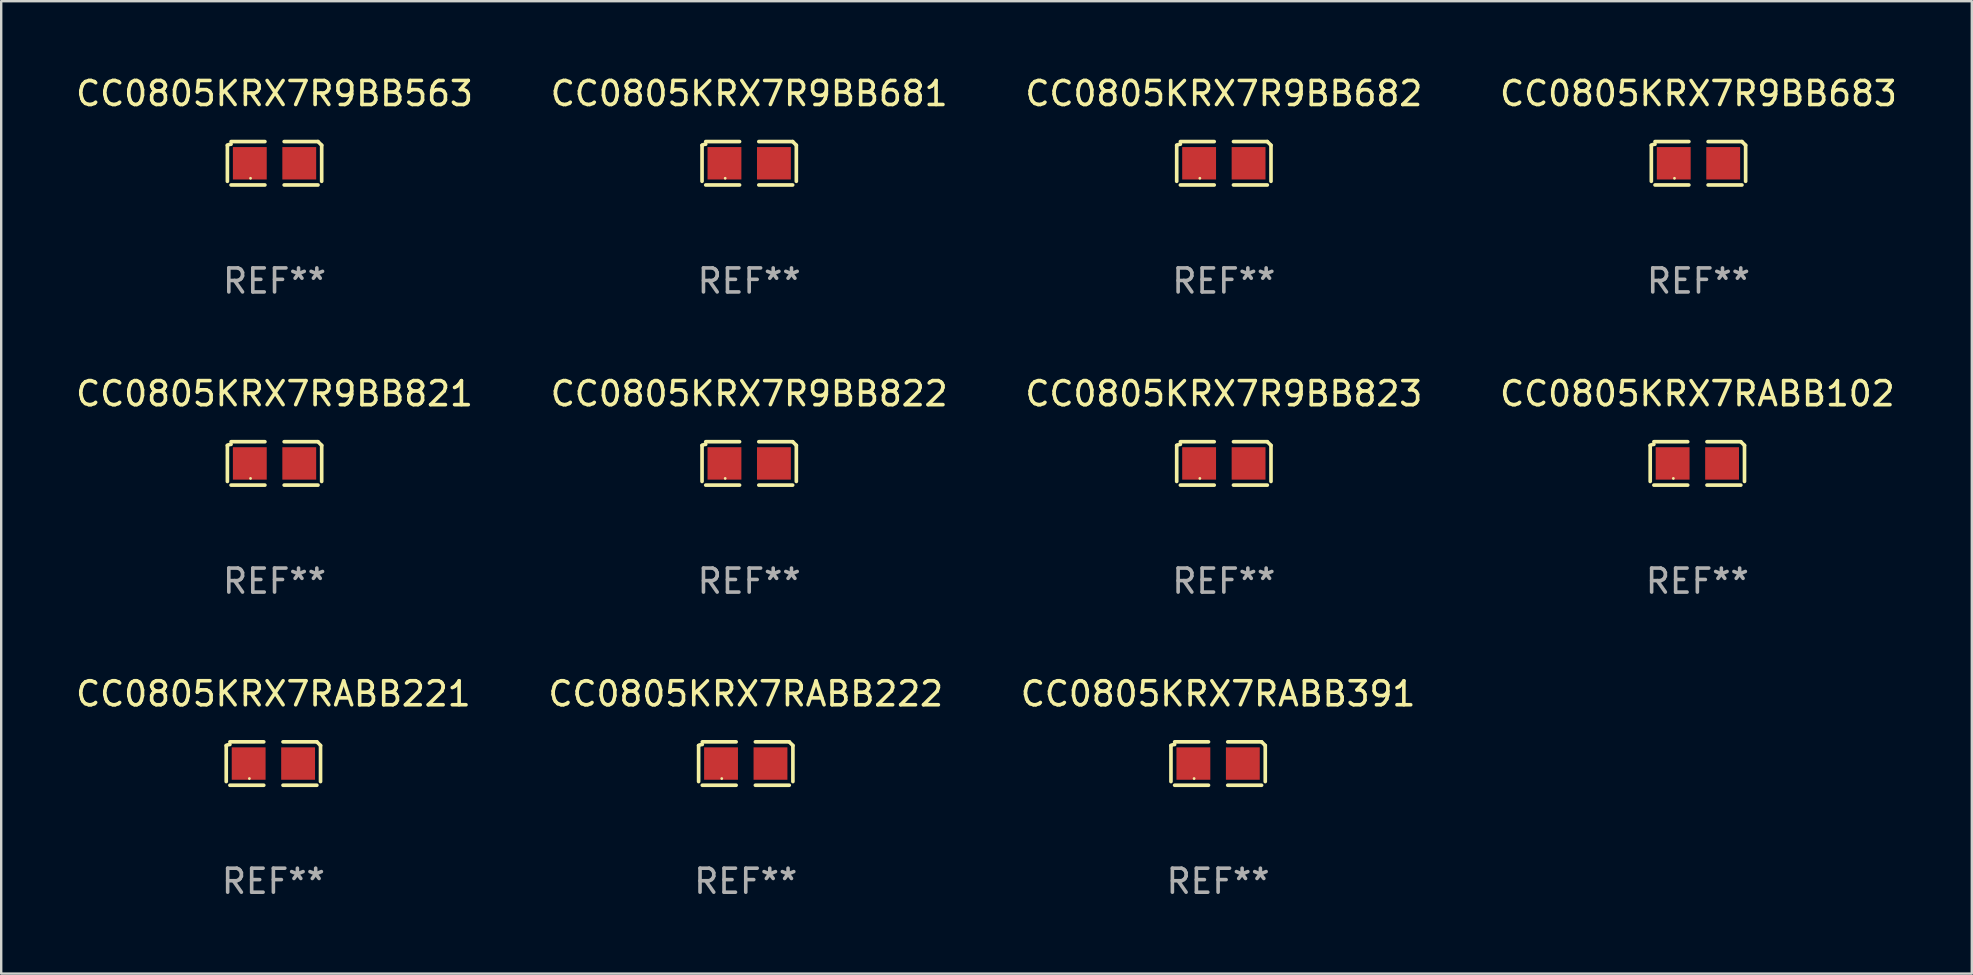
<source format=kicad_pcb>
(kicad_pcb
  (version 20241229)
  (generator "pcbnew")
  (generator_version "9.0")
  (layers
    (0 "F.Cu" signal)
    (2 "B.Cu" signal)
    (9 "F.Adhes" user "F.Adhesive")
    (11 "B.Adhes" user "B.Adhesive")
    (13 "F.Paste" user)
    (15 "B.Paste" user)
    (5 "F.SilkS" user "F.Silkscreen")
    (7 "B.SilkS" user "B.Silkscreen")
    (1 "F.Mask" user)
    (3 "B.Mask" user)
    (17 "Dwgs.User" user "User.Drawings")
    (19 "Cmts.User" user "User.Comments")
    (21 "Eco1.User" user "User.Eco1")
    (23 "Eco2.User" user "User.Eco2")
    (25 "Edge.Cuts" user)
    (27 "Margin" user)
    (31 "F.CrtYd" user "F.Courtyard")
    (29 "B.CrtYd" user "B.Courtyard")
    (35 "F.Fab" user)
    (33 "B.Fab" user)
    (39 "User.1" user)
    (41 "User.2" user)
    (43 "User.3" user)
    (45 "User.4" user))
  (footprint "CC0805KRX7RABB221"
    (layer "F.Cu")
    (at 8.339 28.759)
    (property "Reference" "CC0805KRX7RABB221" (at 0 -2.904 0) (layer "F.SilkS") (effects (font (size 1 1) (thickness 0.15))))
    (attr through_hole)
    (fp_line (start -1.964 0.751) (end -1.964 -0.751) (stroke (width 0.152) (type solid)) (layer "F.SilkS"))
    (fp_line (start -1.811 -0.904) (end -0.401 -0.904) (stroke (width 0.152) (type solid)) (layer "F.SilkS"))
    (fp_line (start -0.401 0.904) (end -1.811 0.904) (stroke (width 0.152) (type solid)) (layer "F.SilkS"))
    (fp_line (start 0.401 0.904) (end 1.811 0.904) (stroke (width 0.152) (type solid)) (layer "F.SilkS"))
    (fp_line (start 1.811 -0.904) (end 0.401 -0.904) (stroke (width 0.152) (type solid)) (layer "F.SilkS"))
    (fp_line (start 1.964 0.751) (end 1.964 -0.751) (stroke (width 0.152) (type solid)) (layer "F.SilkS"))
    (fp_arc (start -1.963602 -0.751207) (mid -1.890354 -0.783131) (end -1.811201 -0.794044) (stroke (width 0.1524) (type solid)) (layer "F.SilkS"))
    (fp_arc (start 1.811202 -0.903607) (mid 1.887413 -0.827418) (end 1.963602 -0.751207) (stroke (width 0.1524) (type solid)) (layer "F.SilkS"))
    (fp_circle (center -1 0.625) (end -0.97 0.625) (stroke (width 0.06) (type solid)) (fill no) (layer "F.SilkS"))
    (fp_text user "REF**" (at 0 4.904 0) (layer "F.Fab") (effects (font (size 1 1) (thickness 0.15))))
    (pad "1" smd rect (at -1.03 0) (size 1.41 1.35) (layers "F.Cu" "F.Mask" "F.Paste"))
    (pad "2" smd rect (at 1.03 0) (size 1.41 1.35) (layers "F.Cu" "F.Mask" "F.Paste")))
  (footprint "CC0805KRX7R9BB821"
    (layer "F.Cu")
    (at 8.387 16.256)
    (property "Reference" "CC0805KRX7R9BB821" (at 0 -2.904 0) (layer "F.SilkS") (effects (font (size 1 1) (thickness 0.15))))
    (attr through_hole)
    (fp_line (start -1.964 0.751) (end -1.964 -0.751) (stroke (width 0.152) (type solid)) (layer "F.SilkS"))
    (fp_line (start -1.811 -0.904) (end -0.401 -0.904) (stroke (width 0.152) (type solid)) (layer "F.SilkS"))
    (fp_line (start -0.401 0.904) (end -1.811 0.904) (stroke (width 0.152) (type solid)) (layer "F.SilkS"))
    (fp_line (start 0.401 0.904) (end 1.811 0.904) (stroke (width 0.152) (type solid)) (layer "F.SilkS"))
    (fp_line (start 1.811 -0.904) (end 0.401 -0.904) (stroke (width 0.152) (type solid)) (layer "F.SilkS"))
    (fp_line (start 1.964 0.751) (end 1.964 -0.751) (stroke (width 0.152) (type solid)) (layer "F.SilkS"))
    (fp_arc (start -1.963602 -0.751207) (mid -1.890354 -0.783131) (end -1.811201 -0.794044) (stroke (width 0.1524) (type solid)) (layer "F.SilkS"))
    (fp_arc (start 1.811202 -0.903607) (mid 1.887413 -0.827418) (end 1.963602 -0.751207) (stroke (width 0.1524) (type solid)) (layer "F.SilkS"))
    (fp_circle (center -1 0.625) (end -0.97 0.625) (stroke (width 0.06) (type solid)) (fill no) (layer "F.SilkS"))
    (fp_text user "REF**" (at 0 4.904 0) (layer "F.Fab") (effects (font (size 1 1) (thickness 0.15))))
    (pad "1" smd rect (at -1.03 0) (size 1.41 1.35) (layers "F.Cu" "F.Mask" "F.Paste"))
    (pad "2" smd rect (at 1.03 0) (size 1.41 1.35) (layers "F.Cu" "F.Mask" "F.Paste")))
  (footprint "CC0805KRX7RABB222"
    (layer "F.Cu")
    (at 28.018 28.759)
    (property "Reference" "CC0805KRX7RABB222" (at 0 -2.904 0) (layer "F.SilkS") (effects (font (size 1 1) (thickness 0.15))))
    (attr through_hole)
    (fp_line (start -1.964 0.751) (end -1.964 -0.751) (stroke (width 0.152) (type solid)) (layer "F.SilkS"))
    (fp_line (start -1.811 -0.904) (end -0.401 -0.904) (stroke (width 0.152) (type solid)) (layer "F.SilkS"))
    (fp_line (start -0.401 0.904) (end -1.811 0.904) (stroke (width 0.152) (type solid)) (layer "F.SilkS"))
    (fp_line (start 0.401 0.904) (end 1.811 0.904) (stroke (width 0.152) (type solid)) (layer "F.SilkS"))
    (fp_line (start 1.811 -0.904) (end 0.401 -0.904) (stroke (width 0.152) (type solid)) (layer "F.SilkS"))
    (fp_line (start 1.964 0.751) (end 1.964 -0.751) (stroke (width 0.152) (type solid)) (layer "F.SilkS"))
    (fp_arc (start -1.963602 -0.751207) (mid -1.890354 -0.783131) (end -1.811201 -0.794044) (stroke (width 0.1524) (type solid)) (layer "F.SilkS"))
    (fp_arc (start 1.811202 -0.903607) (mid 1.887413 -0.827418) (end 1.963602 -0.751207) (stroke (width 0.1524) (type solid)) (layer "F.SilkS"))
    (fp_circle (center -1 0.625) (end -0.97 0.625) (stroke (width 0.06) (type solid)) (fill no) (layer "F.SilkS"))
    (fp_text user "REF**" (at 0 4.904 0) (layer "F.Fab") (effects (font (size 1 1) (thickness 0.15))))
    (pad "1" smd rect (at -1.03 0) (size 1.41 1.35) (layers "F.Cu" "F.Mask" "F.Paste"))
    (pad "2" smd rect (at 1.03 0) (size 1.41 1.35) (layers "F.Cu" "F.Mask" "F.Paste")))
  (footprint "CC0805KRX7R9BB681"
    (layer "F.Cu")
    (at 28.161 3.752)
    (property "Reference" "CC0805KRX7R9BB681" (at 0 -2.904 0) (layer "F.SilkS") (effects (font (size 1 1) (thickness 0.15))))
    (attr through_hole)
    (fp_line (start -1.964 0.751) (end -1.964 -0.751) (stroke (width 0.152) (type solid)) (layer "F.SilkS"))
    (fp_line (start -1.811 -0.904) (end -0.401 -0.904) (stroke (width 0.152) (type solid)) (layer "F.SilkS"))
    (fp_line (start -0.401 0.904) (end -1.811 0.904) (stroke (width 0.152) (type solid)) (layer "F.SilkS"))
    (fp_line (start 0.401 0.904) (end 1.811 0.904) (stroke (width 0.152) (type solid)) (layer "F.SilkS"))
    (fp_line (start 1.811 -0.904) (end 0.401 -0.904) (stroke (width 0.152) (type solid)) (layer "F.SilkS"))
    (fp_line (start 1.964 0.751) (end 1.964 -0.751) (stroke (width 0.152) (type solid)) (layer "F.SilkS"))
    (fp_arc (start -1.963602 -0.751207) (mid -1.890354 -0.783131) (end -1.811201 -0.794044) (stroke (width 0.1524) (type solid)) (layer "F.SilkS"))
    (fp_arc (start 1.811202 -0.903607) (mid 1.887413 -0.827418) (end 1.963602 -0.751207) (stroke (width 0.1524) (type solid)) (layer "F.SilkS"))
    (fp_circle (center -1 0.625) (end -0.97 0.625) (stroke (width 0.06) (type solid)) (fill no) (layer "F.SilkS"))
    (fp_text user "REF**" (at 0 4.904 0) (layer "F.Fab") (effects (font (size 1 1) (thickness 0.15))))
    (pad "1" smd rect (at -1.03 0) (size 1.41 1.35) (layers "F.Cu" "F.Mask" "F.Paste"))
    (pad "2" smd rect (at 1.03 0) (size 1.41 1.35) (layers "F.Cu" "F.Mask" "F.Paste")))
  (footprint "CC0805KRX7R9BB823"
    (layer "F.Cu")
    (at 47.935 16.256)
    (property "Reference" "CC0805KRX7R9BB823" (at 0 -2.904 0) (layer "F.SilkS") (effects (font (size 1 1) (thickness 0.15))))
    (attr through_hole)
    (fp_line (start -1.964 0.751) (end -1.964 -0.751) (stroke (width 0.152) (type solid)) (layer "F.SilkS"))
    (fp_line (start -1.811 -0.904) (end -0.401 -0.904) (stroke (width 0.152) (type solid)) (layer "F.SilkS"))
    (fp_line (start -0.401 0.904) (end -1.811 0.904) (stroke (width 0.152) (type solid)) (layer "F.SilkS"))
    (fp_line (start 0.401 0.904) (end 1.811 0.904) (stroke (width 0.152) (type solid)) (layer "F.SilkS"))
    (fp_line (start 1.811 -0.904) (end 0.401 -0.904) (stroke (width 0.152) (type solid)) (layer "F.SilkS"))
    (fp_line (start 1.964 0.751) (end 1.964 -0.751) (stroke (width 0.152) (type solid)) (layer "F.SilkS"))
    (fp_arc (start -1.963602 -0.751207) (mid -1.890354 -0.783131) (end -1.811201 -0.794044) (stroke (width 0.1524) (type solid)) (layer "F.SilkS"))
    (fp_arc (start 1.811202 -0.903607) (mid 1.887413 -0.827418) (end 1.963602 -0.751207) (stroke (width 0.1524) (type solid)) (layer "F.SilkS"))
    (fp_circle (center -1 0.625) (end -0.97 0.625) (stroke (width 0.06) (type solid)) (fill no) (layer "F.SilkS"))
    (fp_text user "REF**" (at 0 4.904 0) (layer "F.Fab") (effects (font (size 1 1) (thickness 0.15))))
    (pad "1" smd rect (at -1.03 0) (size 1.41 1.35) (layers "F.Cu" "F.Mask" "F.Paste"))
    (pad "2" smd rect (at 1.03 0) (size 1.41 1.35) (layers "F.Cu" "F.Mask" "F.Paste")))
  (footprint "CC0805KRX7R9BB822"
    (layer "F.Cu")
    (at 28.161 16.256)
    (property "Reference" "CC0805KRX7R9BB822" (at 0 -2.904 0) (layer "F.SilkS") (effects (font (size 1 1) (thickness 0.15))))
    (attr through_hole)
    (fp_line (start -1.964 0.751) (end -1.964 -0.751) (stroke (width 0.152) (type solid)) (layer "F.SilkS"))
    (fp_line (start -1.811 -0.904) (end -0.401 -0.904) (stroke (width 0.152) (type solid)) (layer "F.SilkS"))
    (fp_line (start -0.401 0.904) (end -1.811 0.904) (stroke (width 0.152) (type solid)) (layer "F.SilkS"))
    (fp_line (start 0.401 0.904) (end 1.811 0.904) (stroke (width 0.152) (type solid)) (layer "F.SilkS"))
    (fp_line (start 1.811 -0.904) (end 0.401 -0.904) (stroke (width 0.152) (type solid)) (layer "F.SilkS"))
    (fp_line (start 1.964 0.751) (end 1.964 -0.751) (stroke (width 0.152) (type solid)) (layer "F.SilkS"))
    (fp_arc (start -1.963602 -0.751207) (mid -1.890354 -0.783131) (end -1.811201 -0.794044) (stroke (width 0.1524) (type solid)) (layer "F.SilkS"))
    (fp_arc (start 1.811202 -0.903607) (mid 1.887413 -0.827418) (end 1.963602 -0.751207) (stroke (width 0.1524) (type solid)) (layer "F.SilkS"))
    (fp_circle (center -1 0.625) (end -0.97 0.625) (stroke (width 0.06) (type solid)) (fill no) (layer "F.SilkS"))
    (fp_text user "REF**" (at 0 4.904 0) (layer "F.Fab") (effects (font (size 1 1) (thickness 0.15))))
    (pad "1" smd rect (at -1.03 0) (size 1.41 1.35) (layers "F.Cu" "F.Mask" "F.Paste"))
    (pad "2" smd rect (at 1.03 0) (size 1.41 1.35) (layers "F.Cu" "F.Mask" "F.Paste")))
  (footprint "CC0805KRX7RABB391"
    (layer "F.Cu")
    (at 47.696 28.759)
    (property "Reference" "CC0805KRX7RABB391" (at 0 -2.904 0) (layer "F.SilkS") (effects (font (size 1 1) (thickness 0.15))))
    (attr through_hole)
    (fp_line (start -1.964 0.751) (end -1.964 -0.751) (stroke (width 0.152) (type solid)) (layer "F.SilkS"))
    (fp_line (start -1.811 -0.904) (end -0.401 -0.904) (stroke (width 0.152) (type solid)) (layer "F.SilkS"))
    (fp_line (start -0.401 0.904) (end -1.811 0.904) (stroke (width 0.152) (type solid)) (layer "F.SilkS"))
    (fp_line (start 0.401 0.904) (end 1.811 0.904) (stroke (width 0.152) (type solid)) (layer "F.SilkS"))
    (fp_line (start 1.811 -0.904) (end 0.401 -0.904) (stroke (width 0.152) (type solid)) (layer "F.SilkS"))
    (fp_line (start 1.964 0.751) (end 1.964 -0.751) (stroke (width 0.152) (type solid)) (layer "F.SilkS"))
    (fp_arc (start -1.963602 -0.751207) (mid -1.890354 -0.783131) (end -1.811201 -0.794044) (stroke (width 0.1524) (type solid)) (layer "F.SilkS"))
    (fp_arc (start 1.811202 -0.903607) (mid 1.887413 -0.827418) (end 1.963602 -0.751207) (stroke (width 0.1524) (type solid)) (layer "F.SilkS"))
    (fp_circle (center -1 0.625) (end -0.97 0.625) (stroke (width 0.06) (type solid)) (fill no) (layer "F.SilkS"))
    (fp_text user "REF**" (at 0 4.904 0) (layer "F.Fab") (effects (font (size 1 1) (thickness 0.15))))
    (pad "1" smd rect (at -1.03 0) (size 1.41 1.35) (layers "F.Cu" "F.Mask" "F.Paste"))
    (pad "2" smd rect (at 1.03 0) (size 1.41 1.35) (layers "F.Cu" "F.Mask" "F.Paste")))
  (footprint "CC0805KRX7R9BB683"
    (layer "F.Cu")
    (at 67.708 3.752)
    (property "Reference" "CC0805KRX7R9BB683" (at 0 -2.904 0) (layer "F.SilkS") (effects (font (size 1 1) (thickness 0.15))))
    (attr through_hole)
    (fp_line (start -1.964 0.751) (end -1.964 -0.751) (stroke (width 0.152) (type solid)) (layer "F.SilkS"))
    (fp_line (start -1.811 -0.904) (end -0.401 -0.904) (stroke (width 0.152) (type solid)) (layer "F.SilkS"))
    (fp_line (start -0.401 0.904) (end -1.811 0.904) (stroke (width 0.152) (type solid)) (layer "F.SilkS"))
    (fp_line (start 0.401 0.904) (end 1.811 0.904) (stroke (width 0.152) (type solid)) (layer "F.SilkS"))
    (fp_line (start 1.811 -0.904) (end 0.401 -0.904) (stroke (width 0.152) (type solid)) (layer "F.SilkS"))
    (fp_line (start 1.964 0.751) (end 1.964 -0.751) (stroke (width 0.152) (type solid)) (layer "F.SilkS"))
    (fp_arc (start -1.963602 -0.751207) (mid -1.890354 -0.783131) (end -1.811201 -0.794044) (stroke (width 0.1524) (type solid)) (layer "F.SilkS"))
    (fp_arc (start 1.811202 -0.903607) (mid 1.887413 -0.827418) (end 1.963602 -0.751207) (stroke (width 0.1524) (type solid)) (layer "F.SilkS"))
    (fp_circle (center -1 0.625) (end -0.97 0.625) (stroke (width 0.06) (type solid)) (fill no) (layer "F.SilkS"))
    (fp_text user "REF**" (at 0 4.904 0) (layer "F.Fab") (effects (font (size 1 1) (thickness 0.15))))
    (pad "1" smd rect (at -1.03 0) (size 1.41 1.35) (layers "F.Cu" "F.Mask" "F.Paste"))
    (pad "2" smd rect (at 1.03 0) (size 1.41 1.35) (layers "F.Cu" "F.Mask" "F.Paste")))
  (footprint "CC0805KRX7RABB102"
    (layer "F.Cu")
    (at 67.661 16.256)
    (property "Reference" "CC0805KRX7RABB102" (at 0 -2.904 0) (layer "F.SilkS") (effects (font (size 1 1) (thickness 0.15))))
    (attr through_hole)
    (fp_line (start -1.964 0.751) (end -1.964 -0.751) (stroke (width 0.152) (type solid)) (layer "F.SilkS"))
    (fp_line (start -1.811 -0.904) (end -0.401 -0.904) (stroke (width 0.152) (type solid)) (layer "F.SilkS"))
    (fp_line (start -0.401 0.904) (end -1.811 0.904) (stroke (width 0.152) (type solid)) (layer "F.SilkS"))
    (fp_line (start 0.401 0.904) (end 1.811 0.904) (stroke (width 0.152) (type solid)) (layer "F.SilkS"))
    (fp_line (start 1.811 -0.904) (end 0.401 -0.904) (stroke (width 0.152) (type solid)) (layer "F.SilkS"))
    (fp_line (start 1.964 0.751) (end 1.964 -0.751) (stroke (width 0.152) (type solid)) (layer "F.SilkS"))
    (fp_arc (start -1.963602 -0.751207) (mid -1.890354 -0.783131) (end -1.811201 -0.794044) (stroke (width 0.1524) (type solid)) (layer "F.SilkS"))
    (fp_arc (start 1.811202 -0.903607) (mid 1.887413 -0.827418) (end 1.963602 -0.751207) (stroke (width 0.1524) (type solid)) (layer "F.SilkS"))
    (fp_circle (center -1 0.625) (end -0.97 0.625) (stroke (width 0.06) (type solid)) (fill no) (layer "F.SilkS"))
    (fp_text user "REF**" (at 0 4.904 0) (layer "F.Fab") (effects (font (size 1 1) (thickness 0.15))))
    (pad "1" smd rect (at -1.03 0) (size 1.41 1.35) (layers "F.Cu" "F.Mask" "F.Paste"))
    (pad "2" smd rect (at 1.03 0) (size 1.41 1.35) (layers "F.Cu" "F.Mask" "F.Paste")))
  (footprint "CC0805KRX7R9BB563"
    (layer "F.Cu")
    (at 8.387 3.752)
    (property "Reference" "CC0805KRX7R9BB563" (at 0 -2.904 0) (layer "F.SilkS") (effects (font (size 1 1) (thickness 0.15))))
    (attr through_hole)
    (fp_line (start -1.964 0.751) (end -1.964 -0.751) (stroke (width 0.152) (type solid)) (layer "F.SilkS"))
    (fp_line (start -1.811 -0.904) (end -0.401 -0.904) (stroke (width 0.152) (type solid)) (layer "F.SilkS"))
    (fp_line (start -0.401 0.904) (end -1.811 0.904) (stroke (width 0.152) (type solid)) (layer "F.SilkS"))
    (fp_line (start 0.401 0.904) (end 1.811 0.904) (stroke (width 0.152) (type solid)) (layer "F.SilkS"))
    (fp_line (start 1.811 -0.904) (end 0.401 -0.904) (stroke (width 0.152) (type solid)) (layer "F.SilkS"))
    (fp_line (start 1.964 0.751) (end 1.964 -0.751) (stroke (width 0.152) (type solid)) (layer "F.SilkS"))
    (fp_arc (start -1.963602 -0.751207) (mid -1.890354 -0.783131) (end -1.811201 -0.794044) (stroke (width 0.1524) (type solid)) (layer "F.SilkS"))
    (fp_arc (start 1.811202 -0.903607) (mid 1.887413 -0.827418) (end 1.963602 -0.751207) (stroke (width 0.1524) (type solid)) (layer "F.SilkS"))
    (fp_circle (center -1 0.625) (end -0.97 0.625) (stroke (width 0.06) (type solid)) (fill no) (layer "F.SilkS"))
    (fp_text user "REF**" (at 0 4.904 0) (layer "F.Fab") (effects (font (size 1 1) (thickness 0.15))))
    (pad "1" smd rect (at -1.03 0) (size 1.41 1.35) (layers "F.Cu" "F.Mask" "F.Paste"))
    (pad "2" smd rect (at 1.03 0) (size 1.41 1.35) (layers "F.Cu" "F.Mask" "F.Paste")))
  (footprint "CC0805KRX7R9BB682"
    (layer "F.Cu")
    (at 47.935 3.752)
    (property "Reference" "CC0805KRX7R9BB682" (at 0 -2.904 0) (layer "F.SilkS") (effects (font (size 1 1) (thickness 0.15))))
    (attr through_hole)
    (fp_line (start -1.964 0.751) (end -1.964 -0.751) (stroke (width 0.152) (type solid)) (layer "F.SilkS"))
    (fp_line (start -1.811 -0.904) (end -0.401 -0.904) (stroke (width 0.152) (type solid)) (layer "F.SilkS"))
    (fp_line (start -0.401 0.904) (end -1.811 0.904) (stroke (width 0.152) (type solid)) (layer "F.SilkS"))
    (fp_line (start 0.401 0.904) (end 1.811 0.904) (stroke (width 0.152) (type solid)) (layer "F.SilkS"))
    (fp_line (start 1.811 -0.904) (end 0.401 -0.904) (stroke (width 0.152) (type solid)) (layer "F.SilkS"))
    (fp_line (start 1.964 0.751) (end 1.964 -0.751) (stroke (width 0.152) (type solid)) (layer "F.SilkS"))
    (fp_arc (start -1.963602 -0.751207) (mid -1.890354 -0.783131) (end -1.811201 -0.794044) (stroke (width 0.1524) (type solid)) (layer "F.SilkS"))
    (fp_arc (start 1.811202 -0.903607) (mid 1.887413 -0.827418) (end 1.963602 -0.751207) (stroke (width 0.1524) (type solid)) (layer "F.SilkS"))
    (fp_circle (center -1 0.625) (end -0.97 0.625) (stroke (width 0.06) (type solid)) (fill no) (layer "F.SilkS"))
    (fp_text user "REF**" (at 0 4.904 0) (layer "F.Fab") (effects (font (size 1 1) (thickness 0.15))))
    (pad "1" smd rect (at -1.03 0) (size 1.41 1.35) (layers "F.Cu" "F.Mask" "F.Paste"))
    (pad "2" smd rect (at 1.03 0) (size 1.41 1.35) (layers "F.Cu" "F.Mask" "F.Paste")))
  (gr_rect
    (start -3 -3)
    (end 79.095 37.511)
    (stroke (width 0.1) (type default))
    (fill no)
    (layer "Edge.Cuts")))
</source>
